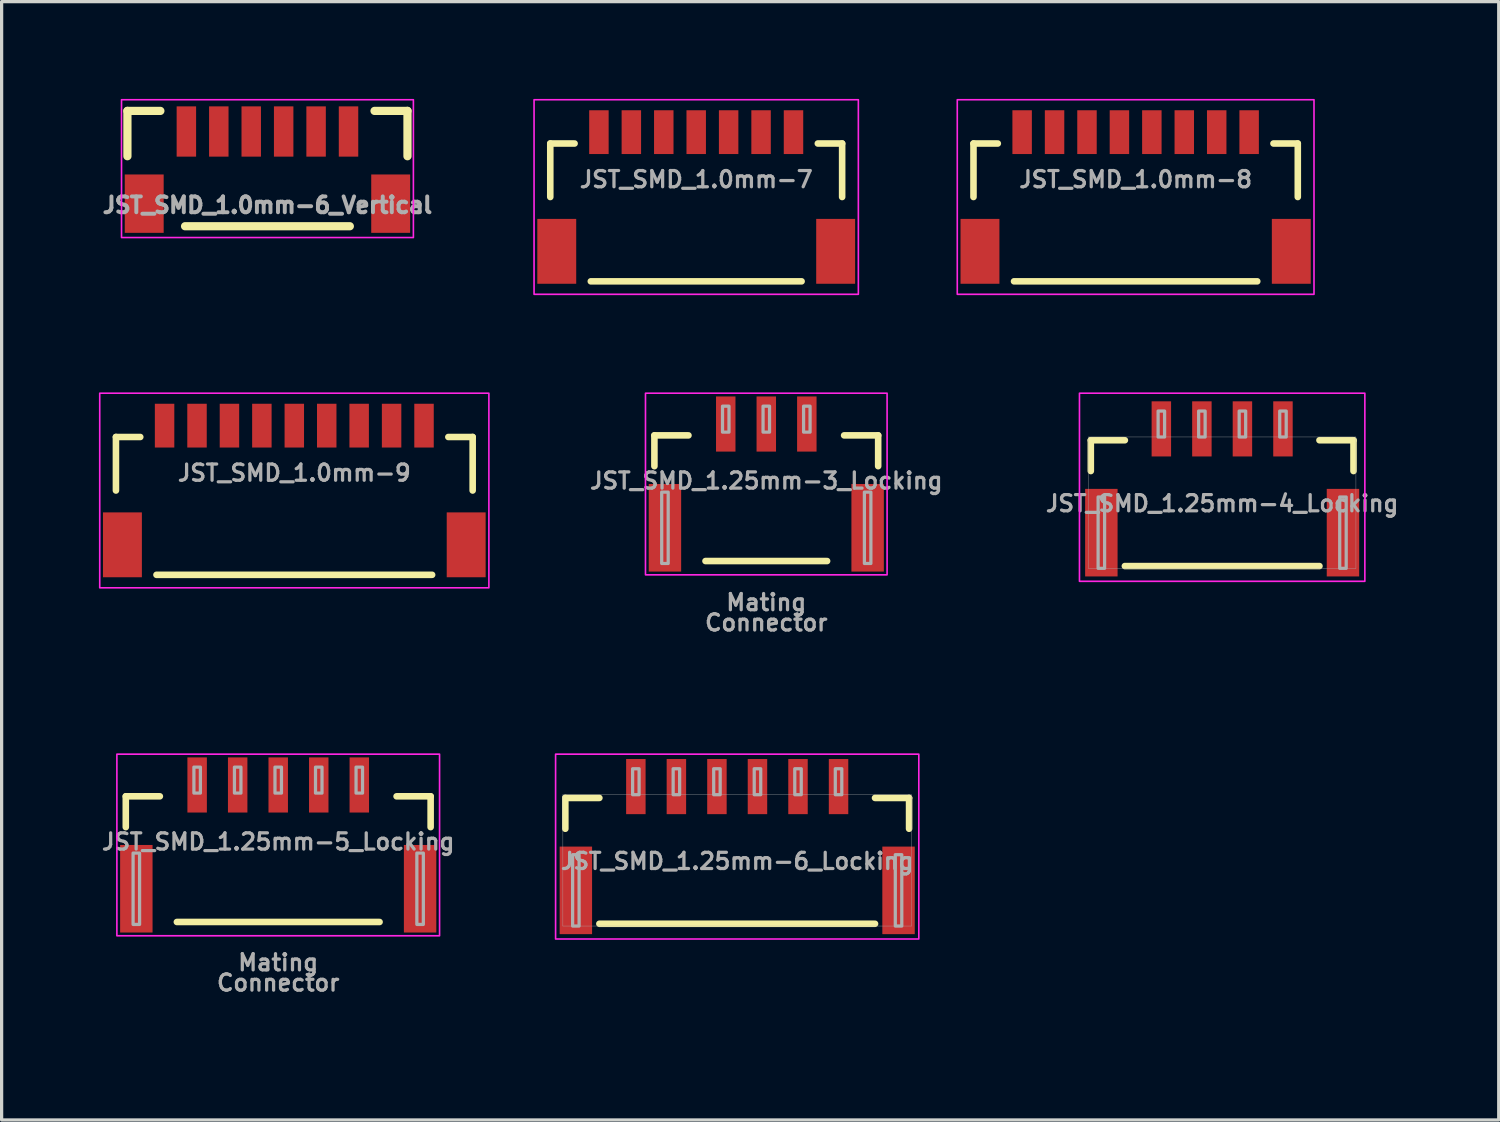
<source format=kicad_pcb>
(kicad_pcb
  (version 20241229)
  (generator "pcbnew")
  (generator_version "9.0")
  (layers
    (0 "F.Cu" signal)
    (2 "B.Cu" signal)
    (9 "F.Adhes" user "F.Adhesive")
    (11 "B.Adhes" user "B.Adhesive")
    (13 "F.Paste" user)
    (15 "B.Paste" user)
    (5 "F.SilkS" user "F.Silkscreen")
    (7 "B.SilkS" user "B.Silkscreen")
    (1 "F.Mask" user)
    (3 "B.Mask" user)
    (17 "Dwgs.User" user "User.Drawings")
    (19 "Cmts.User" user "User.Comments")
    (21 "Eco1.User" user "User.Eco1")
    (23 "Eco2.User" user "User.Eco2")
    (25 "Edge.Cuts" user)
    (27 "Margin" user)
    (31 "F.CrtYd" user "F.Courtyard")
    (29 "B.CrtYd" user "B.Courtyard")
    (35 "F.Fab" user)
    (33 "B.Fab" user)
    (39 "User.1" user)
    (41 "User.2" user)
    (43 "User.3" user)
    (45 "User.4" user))
  (footprint "JST_SMD_1.0mm-8"
    (layer "F.Cu")
    (at 31.968 1.025)
    (property "Reference" "JST_SMD_1.0mm-8" (at 0 1.75 0) (layer "F.Fab") (effects (font (size 0.5 0.5) (thickness 0.1)) (justify bottom)))
    (attr smd)
    (fp_line (start -5 0.35) (end -4.25 0.35) (stroke (width 0.203) (type solid)) (layer "F.SilkS"))
    (fp_line (start -5 2) (end -5 0.35) (stroke (width 0.203) (type solid)) (layer "F.SilkS"))
    (fp_line (start -3.75 4.6) (end 3.75 4.6) (stroke (width 0.203) (type solid)) (layer "F.SilkS"))
    (fp_line (start 4.25 0.35) (end 5 0.35) (stroke (width 0.203) (type solid)) (layer "F.SilkS"))
    (fp_line (start 5 0.35) (end 5 2) (stroke (width 0.203) (type solid)) (layer "F.SilkS"))
    (fp_rect (start 5.5 5) (end -5.5 -1) (stroke (width 0.05) (type default)) (fill no) (layer "F.CrtYd"))
    (pad "1" smd rect (at -3.5 0) (size 0.6 1.35) (layers "F.Cu" "F.Mask" "F.Paste"))
    (pad "2" smd rect (at -2.5 0) (size 0.6 1.35) (layers "F.Cu" "F.Mask" "F.Paste"))
    (pad "3" smd rect (at -1.5 0) (size 0.6 1.35) (layers "F.Cu" "F.Mask" "F.Paste"))
    (pad "4" smd rect (at -0.5 0) (size 0.6 1.35) (layers "F.Cu" "F.Mask" "F.Paste"))
    (pad "5" smd rect (at 0.5 0) (size 0.6 1.35) (layers "F.Cu" "F.Mask" "F.Paste"))
    (pad "6" smd rect (at 1.5 0) (size 0.6 1.35) (layers "F.Cu" "F.Mask" "F.Paste"))
    (pad "7" smd rect (at 2.5 0) (size 0.6 1.35) (layers "F.Cu" "F.Mask" "F.Paste"))
    (pad "8" smd rect (at 3.5 0) (size 0.6 1.35) (layers "F.Cu" "F.Mask" "F.Paste"))
    (pad "NC1" smd rect (at 4.8 3.675) (size 1.2 2) (layers "F.Cu" "F.Mask" "F.Paste"))
    (pad "NC2" smd rect (at -4.8 3.675) (size 1.2 2) (layers "F.Cu" "F.Mask" "F.Paste")))
  (footprint "JST_SMD_1.0mm-9"
    (layer "F.Cu")
    (at 6.025 10.075)
    (property "Reference" "JST_SMD_1.0mm-9" (at 0 1.75 0) (layer "F.Fab") (effects (font (size 0.5 0.5) (thickness 0.1)) (justify bottom)))
    (attr smd)
    (fp_line (start -5.5 0.35) (end -4.75 0.35) (stroke (width 0.203) (type solid)) (layer "F.SilkS"))
    (fp_line (start -5.5 2) (end -5.5 0.35) (stroke (width 0.203) (type solid)) (layer "F.SilkS"))
    (fp_line (start -4.25 4.6) (end 4.25 4.6) (stroke (width 0.203) (type solid)) (layer "F.SilkS"))
    (fp_line (start 4.75 0.35) (end 5.5 0.35) (stroke (width 0.203) (type solid)) (layer "F.SilkS"))
    (fp_line (start 5.5 0.35) (end 5.5 2) (stroke (width 0.203) (type solid)) (layer "F.SilkS"))
    (fp_rect (start 6 5) (end -6 -1) (stroke (width 0.05) (type default)) (fill no) (layer "F.CrtYd"))
    (pad "1" smd rect (at -4 0) (size 0.6 1.35) (layers "F.Cu" "F.Mask" "F.Paste"))
    (pad "2" smd rect (at -3 0) (size 0.6 1.35) (layers "F.Cu" "F.Mask" "F.Paste"))
    (pad "3" smd rect (at -2 0) (size 0.6 1.35) (layers "F.Cu" "F.Mask" "F.Paste"))
    (pad "4" smd rect (at -1 0) (size 0.6 1.35) (layers "F.Cu" "F.Mask" "F.Paste"))
    (pad "5" smd rect (at 0 0) (size 0.6 1.35) (layers "F.Cu" "F.Mask" "F.Paste"))
    (pad "6" smd rect (at 1 0) (size 0.6 1.35) (layers "F.Cu" "F.Mask" "F.Paste"))
    (pad "7" smd rect (at 2 0) (size 0.6 1.35) (layers "F.Cu" "F.Mask" "F.Paste"))
    (pad "8" smd rect (at 3 0) (size 0.6 1.35) (layers "F.Cu" "F.Mask" "F.Paste"))
    (pad "9" smd rect (at 4 0) (size 0.6 1.35) (layers "F.Cu" "F.Mask" "F.Paste"))
    (pad "NC1" smd rect (at 5.3 3.675) (size 1.2 2) (layers "F.Cu" "F.Mask" "F.Paste"))
    (pad "NC2" smd rect (at -5.3 3.675) (size 1.2 2) (layers "F.Cu" "F.Mask" "F.Paste")))
  (footprint "JST_SMD_1.25mm-6_Locking"
    (layer "F.Cu")
    (at 19.682 24.505)
    (property "Reference" "JST_SMD_1.25mm-6_Locking" (at 0 -1 0) (layer "F.Fab") (effects (font (size 0.5 0.5) (thickness 0.1))))
    (fp_line (start -5.3 -2.95) (end -4.25 -2.95) (stroke (width 0.203) (type solid)) (layer "F.SilkS"))
    (fp_line (start -5.3 -2) (end -5.3 -2.95) (stroke (width 0.203) (type solid)) (layer "F.SilkS"))
    (fp_line (start -4.25 0.93) (end 4.25 0.93) (stroke (width 0.203) (type solid)) (layer "F.SilkS"))
    (fp_line (start 4.25 -2.95) (end 5.3 -2.95) (stroke (width 0.203) (type solid)) (layer "F.SilkS"))
    (fp_line (start 5.3 -2) (end 5.3 -2.95) (stroke (width 0.203) (type solid)) (layer "F.SilkS"))
    (fp_rect (start 5.6 1.4) (end -5.6 -4.3) (stroke (width 0.05) (type default)) (fill no) (layer "F.CrtYd"))
    (fp_line (start -5.375 -3.05) (end 5.375 -3.05) (stroke (width 0.01) (type solid)) (layer "F.Fab"))
    (fp_line (start -5.375 1) (end -5.375 -3.05) (stroke (width 0.01) (type solid)) (layer "F.Fab"))
    (fp_line (start 5.375 -3.05) (end 5.375 1) (stroke (width 0.01) (type solid)) (layer "F.Fab"))
    (fp_line (start 5.375 1) (end -5.375 1) (stroke (width 0.01) (type solid)) (layer "F.Fab"))
    (fp_poly (pts (xy -5.075 1) (xy -4.875 1) (xy -4.875 -1.2) (xy -5.075 -1.2)) (stroke (width 0.1) (type default)) (fill no) (layer "F.Fab"))
    (fp_poly (pts (xy -3.225 -3.05) (xy -3.025 -3.05) (xy -3.025 -3.85) (xy -3.225 -3.85)) (stroke (width 0.1) (type default)) (fill no) (layer "F.Fab"))
    (fp_poly (pts (xy -1.975 -3.05) (xy -1.775 -3.05) (xy -1.775 -3.85) (xy -1.975 -3.85)) (stroke (width 0.1) (type default)) (fill no) (layer "F.Fab"))
    (fp_poly (pts (xy -0.725 -3.05) (xy -0.525 -3.05) (xy -0.525 -3.85) (xy -0.725 -3.85)) (stroke (width 0.1) (type default)) (fill no) (layer "F.Fab"))
    (fp_poly (pts (xy 0.525 -3.05) (xy 0.725 -3.05) (xy 0.725 -3.85) (xy 0.525 -3.85)) (stroke (width 0.1) (type default)) (fill no) (layer "F.Fab"))
    (fp_poly (pts (xy 1.775 -3.05) (xy 1.975 -3.05) (xy 1.975 -3.85) (xy 1.775 -3.85)) (stroke (width 0.1) (type default)) (fill no) (layer "F.Fab"))
    (fp_poly (pts (xy 3.025 -3.05) (xy 3.225 -3.05) (xy 3.225 -3.85) (xy 3.025 -3.85)) (stroke (width 0.1) (type default)) (fill no) (layer "F.Fab"))
    (fp_poly (pts (xy 4.875 1) (xy 5.075 1) (xy 5.075 -1.2) (xy 4.875 -1.2)) (stroke (width 0.1) (type default)) (fill no) (layer "F.Fab"))
    (fp_line (start -4.25 -1.95) (end -4.25 3.93) (stroke (width 0.1) (type default)) (layer "User.1"))
    (fp_line (start -4.25 -1.95) (end 4.25 -1.95) (stroke (width 0.1) (type default)) (layer "User.1"))
    (fp_line (start -4.25 3.93) (end 4.25 3.93) (stroke (width 0.1) (type default)) (layer "User.1"))
    (fp_line (start 4.25 3.93) (end 4.25 -1.95) (stroke (width 0.1) (type default)) (layer "User.1"))
    (fp_text user "Mating" (at 0 2.032 0) (unlocked yes) (layer "User.1") (effects (font (size 0.5 0.5) (thickness 0.1) (bold yes))))
    (fp_text user "Connector" (at 0 3.048 0) (unlocked yes) (layer "User.1") (effects (font (size 0.5 0.5) (thickness 0.1) (bold yes))))
    (pad "1" smd rect (at -3.125 -3.3 180) (size 0.6 1.7) (layers "F.Cu" "F.Mask" "F.Paste"))
    (pad "2" smd rect (at -1.875 -3.3 180) (size 0.6 1.7) (layers "F.Cu" "F.Mask" "F.Paste"))
    (pad "3" smd rect (at -0.625 -3.3 180) (size 0.6 1.7) (layers "F.Cu" "F.Mask" "F.Paste"))
    (pad "4" smd rect (at 0.625 -3.3 180) (size 0.6 1.7) (layers "F.Cu" "F.Mask" "F.Paste"))
    (pad "5" smd rect (at 1.875 -3.3 180) (size 0.6 1.7) (layers "F.Cu" "F.Mask" "F.Paste"))
    (pad "6" smd rect (at 3.125 -3.3 180) (size 0.6 1.7) (layers "F.Cu" "F.Mask" "F.Paste"))
    (pad "NC1" smd rect (at 4.975 -0.1 270) (size 2.7 1) (layers "F.Cu" "F.Mask" "F.Paste"))
    (pad "NC2" smd rect (at -4.975 -0.1 270) (size 2.7 1) (layers "F.Cu" "F.Mask" "F.Paste")))
  (footprint "JST_SMD_1.0mm-7"
    (layer "F.Cu")
    (at 18.418 1.025)
    (property "Reference" "JST_SMD_1.0mm-7" (at 0 1.75 0) (layer "F.Fab") (effects (font (size 0.5 0.5) (thickness 0.1)) (justify bottom)))
    (attr smd)
    (fp_line (start -4.5 0.35) (end -3.75 0.35) (stroke (width 0.203) (type solid)) (layer "F.SilkS"))
    (fp_line (start -4.5 2) (end -4.5 0.35) (stroke (width 0.203) (type solid)) (layer "F.SilkS"))
    (fp_line (start -3.25 4.6) (end 3.25 4.6) (stroke (width 0.203) (type solid)) (layer "F.SilkS"))
    (fp_line (start 3.75 0.35) (end 4.5 0.35) (stroke (width 0.203) (type solid)) (layer "F.SilkS"))
    (fp_line (start 4.5 0.35) (end 4.5 2) (stroke (width 0.203) (type solid)) (layer "F.SilkS"))
    (fp_rect (start 5 5) (end -5 -1) (stroke (width 0.05) (type default)) (fill no) (layer "F.CrtYd"))
    (pad "1" smd rect (at -3 0) (size 0.6 1.35) (layers "F.Cu" "F.Mask" "F.Paste"))
    (pad "2" smd rect (at -2 0) (size 0.6 1.35) (layers "F.Cu" "F.Mask" "F.Paste"))
    (pad "3" smd rect (at -1 0) (size 0.6 1.35) (layers "F.Cu" "F.Mask" "F.Paste"))
    (pad "4" smd rect (at 0 0) (size 0.6 1.35) (layers "F.Cu" "F.Mask" "F.Paste"))
    (pad "5" smd rect (at 1 0) (size 0.6 1.35) (layers "F.Cu" "F.Mask" "F.Paste"))
    (pad "6" smd rect (at 2 0) (size 0.6 1.35) (layers "F.Cu" "F.Mask" "F.Paste"))
    (pad "7" smd rect (at 3 0) (size 0.6 1.35) (layers "F.Cu" "F.Mask" "F.Paste"))
    (pad "NC1" smd rect (at 4.3 3.675) (size 1.2 2) (layers "F.Cu" "F.Mask" "F.Paste"))
    (pad "NC2" smd rect (at -4.3 3.675) (size 1.2 2) (layers "F.Cu" "F.Mask" "F.Paste")))
  (footprint "JST_SMD_1.25mm-4_Locking"
    (layer "F.Cu")
    (at 34.636 13.475)
    (property "Reference" "JST_SMD_1.25mm-4_Locking" (at 0 -1 0) (layer "F.Fab") (effects (font (size 0.5 0.5) (thickness 0.1))))
    (fp_line (start -4.05 -2.95) (end -3 -2.95) (stroke (width 0.203) (type solid)) (layer "F.SilkS"))
    (fp_line (start -4.05 -2) (end -4.05 -2.95) (stroke (width 0.203) (type solid)) (layer "F.SilkS"))
    (fp_line (start -3 0.93) (end 3 0.93) (stroke (width 0.203) (type solid)) (layer "F.SilkS"))
    (fp_line (start 3 -2.95) (end 4.05 -2.95) (stroke (width 0.203) (type solid)) (layer "F.SilkS"))
    (fp_line (start 4.05 -2) (end 4.05 -2.95) (stroke (width 0.203) (type solid)) (layer "F.SilkS"))
    (fp_rect (start 4.4 1.4) (end -4.4 -4.4) (stroke (width 0.05) (type default)) (fill no) (layer "F.CrtYd"))
    (fp_line (start -4.125 -3.05) (end 4.125 -3.05) (stroke (width 0.01) (type solid)) (layer "F.Fab"))
    (fp_line (start -4.125 1) (end -4.125 -3.05) (stroke (width 0.01) (type solid)) (layer "F.Fab"))
    (fp_line (start 4.125 -3.05) (end 4.125 1) (stroke (width 0.01) (type solid)) (layer "F.Fab"))
    (fp_line (start 4.125 1) (end -4.125 1) (stroke (width 0.01) (type solid)) (layer "F.Fab"))
    (fp_poly (pts (xy -3.825 1) (xy -3.625 1) (xy -3.625 -1.2) (xy -3.825 -1.2)) (stroke (width 0.1) (type default)) (fill no) (layer "F.Fab"))
    (fp_poly (pts (xy -1.975 -3.05) (xy -1.775 -3.05) (xy -1.775 -3.85) (xy -1.975 -3.85)) (stroke (width 0.1) (type default)) (fill no) (layer "F.Fab"))
    (fp_poly (pts (xy -0.725 -3.05) (xy -0.525 -3.05) (xy -0.525 -3.85) (xy -0.725 -3.85)) (stroke (width 0.1) (type default)) (fill no) (layer "F.Fab"))
    (fp_poly (pts (xy 0.525 -3.05) (xy 0.725 -3.05) (xy 0.725 -3.85) (xy 0.525 -3.85)) (stroke (width 0.1) (type default)) (fill no) (layer "F.Fab"))
    (fp_poly (pts (xy 1.775 -3.05) (xy 1.975 -3.05) (xy 1.975 -3.85) (xy 1.775 -3.85)) (stroke (width 0.1) (type default)) (fill no) (layer "F.Fab"))
    (fp_poly (pts (xy 3.625 1) (xy 3.825 1) (xy 3.825 -1.2) (xy 3.625 -1.2)) (stroke (width 0.1) (type default)) (fill no) (layer "F.Fab"))
    (pad "1" smd rect (at -1.875 -3.3 180) (size 0.6 1.7) (layers "F.Cu" "F.Mask" "F.Paste"))
    (pad "2" smd rect (at -0.625 -3.3 180) (size 0.6 1.7) (layers "F.Cu" "F.Mask" "F.Paste"))
    (pad "3" smd rect (at 0.625 -3.3 180) (size 0.6 1.7) (layers "F.Cu" "F.Mask" "F.Paste"))
    (pad "4" smd rect (at 1.875 -3.3 180) (size 0.6 1.7) (layers "F.Cu" "F.Mask" "F.Paste"))
    (pad "NC1" smd rect (at 3.725 -0.1 270) (size 2.7 1) (layers "F.Cu" "F.Mask" "F.Paste"))
    (pad "NC2" smd rect (at -3.725 -0.1 270) (size 2.7 1) (layers "F.Cu" "F.Mask" "F.Paste")))
  (footprint "JST_SMD_1.25mm-3_Locking"
    (layer "F.Cu")
    (at 20.579 11.775)
    (property "Reference" "JST_SMD_1.25mm-3_Locking" (at 0 0 0) (layer "F.Fab") (effects (font (size 0.5 0.5) (thickness 0.1))))
    (attr smd)
    (fp_line (start -3.45 -1.4) (end -2.4 -1.4) (stroke (width 0.203) (type solid)) (layer "F.SilkS"))
    (fp_line (start -3.45 -0.45) (end -3.45 -1.4) (stroke (width 0.203) (type solid)) (layer "F.SilkS"))
    (fp_line (start -1.875 2.475) (end 1.875 2.475) (stroke (width 0.203) (type solid)) (layer "F.SilkS"))
    (fp_line (start 2.4 -1.4) (end 3.45 -1.4) (stroke (width 0.203) (type solid)) (layer "F.SilkS"))
    (fp_line (start 3.45 -0.45) (end 3.45 -1.4) (stroke (width 0.203) (type solid)) (layer "F.SilkS"))
    (fp_rect (start 3.725 2.9) (end -3.725 -2.7) (stroke (width 0.05) (type default)) (fill no) (layer "F.CrtYd"))
    (fp_poly (pts (xy -3.225 2.55) (xy -3.025 2.55) (xy -3.025 0.35) (xy -3.225 0.35)) (stroke (width 0.1) (type default)) (fill no) (layer "F.Fab"))
    (fp_poly (pts (xy -1.35 -1.5) (xy -1.15 -1.5) (xy -1.15 -2.3) (xy -1.35 -2.3)) (stroke (width 0.1) (type default)) (fill no) (layer "F.Fab"))
    (fp_poly (pts (xy -0.1 -1.5) (xy 0.1 -1.5) (xy 0.1 -2.3) (xy -0.1 -2.3)) (stroke (width 0.1) (type default)) (fill no) (layer "F.Fab"))
    (fp_poly (pts (xy 1.15 -1.5) (xy 1.35 -1.5) (xy 1.35 -2.3) (xy 1.15 -2.3)) (stroke (width 0.1) (type default)) (fill no) (layer "F.Fab"))
    (fp_poly (pts (xy 3.025 2.55) (xy 3.225 2.55) (xy 3.225 0.35) (xy 3.025 0.35)) (stroke (width 0.1) (type default)) (fill no) (layer "F.Fab"))
    (fp_rect (start -3.5 -1.5) (end 3.5 2.55) (stroke (width 0.01) (type default)) (fill no) (layer "User.1"))
    (fp_rect (start -2.5 -0.3) (end 2.5 5.4) (stroke (width 0.01) (type default)) (fill no) (layer "User.1"))
    (fp_text user "Mating" (at 0 3.75 0) (unlocked yes) (layer "F.Fab") (effects (font (size 0.5 0.5) (thickness 0.1) (bold yes))))
    (fp_text user "Connector" (at 0 4.375 0) (unlocked yes) (layer "F.Fab") (effects (font (size 0.5 0.5) (thickness 0.1) (bold yes))))
    (pad "1" smd rect (at -1.25 -1.75) (size 0.6 1.7) (layers "F.Cu" "F.Mask" "F.Paste"))
    (pad "2" smd rect (at 0 -1.75) (size 0.6 1.7) (layers "F.Cu" "F.Mask" "F.Paste"))
    (pad "3" smd rect (at 1.25 -1.75) (size 0.6 1.7) (layers "F.Cu" "F.Mask" "F.Paste"))
    (pad "NC1" smd rect (at -3.125 1.45) (size 1 2.7) (layers "F.Cu" "F.Mask" "F.Paste"))
    (pad "NC2" smd rect (at 3.125 1.45) (size 1 2.7) (layers "F.Cu" "F.Mask" "F.Paste")))
  (footprint "JST_SMD_1.0mm-6_Vertical"
    (layer "F.Cu")
    (at 5.197 2.275)
    (property "Reference" "JST_SMD_1.0mm-6_Vertical" (at 0 1 0) (layer "F.Fab") (effects (font (size 0.488 0.488) (thickness 0.122))))
    (fp_line (start -4.318 -1.905) (end -3.302 -1.905) (stroke (width 0.254) (type solid)) (layer "F.SilkS"))
    (fp_line (start -4.318 -0.508) (end -4.318 -1.905) (stroke (width 0.254) (type solid)) (layer "F.SilkS"))
    (fp_line (start -2.54 1.651) (end 2.54 1.651) (stroke (width 0.254) (type solid)) (layer "F.SilkS"))
    (fp_line (start 3.302 -1.905) (end 4.318 -1.905) (stroke (width 0.254) (type solid)) (layer "F.SilkS"))
    (fp_line (start 4.318 -1.905) (end 4.318 -0.508) (stroke (width 0.254) (type solid)) (layer "F.SilkS"))
    (fp_rect (start 4.5 2) (end -4.5 -2.25) (stroke (width 0.05) (type default)) (fill no) (layer "F.CrtYd"))
    (pad "1" smd rect (at -2.5 -1.27) (size 0.6 1.55) (layers "F.Cu" "F.Mask" "F.Paste"))
    (pad "2" smd rect (at -1.5 -1.27) (size 0.6 1.55) (layers "F.Cu" "F.Mask" "F.Paste"))
    (pad "3" smd rect (at -0.5 -1.27) (size 0.6 1.55) (layers "F.Cu" "F.Mask" "F.Paste"))
    (pad "4" smd rect (at 0.5 -1.27) (size 0.6 1.55) (layers "F.Cu" "F.Mask" "F.Paste"))
    (pad "5" smd rect (at 1.5 -1.27) (size 0.6 1.55) (layers "F.Cu" "F.Mask" "F.Paste"))
    (pad "6" smd rect (at 2.5 -1.27) (size 0.6 1.55) (layers "F.Cu" "F.Mask" "F.Paste"))
    (pad "NC1" smd rect (at -3.8 0.955) (size 1.2 1.8) (layers "F.Cu" "F.Mask" "F.Paste"))
    (pad "NC2" smd rect (at 3.8 0.955) (size 1.2 1.8) (layers "F.Cu" "F.Mask" "F.Paste")))
  (footprint "JST_SMD_1.25mm-5_Locking"
    (layer "F.Cu")
    (at 5.529 22.905)
    (property "Reference" "JST_SMD_1.25mm-5_Locking" (at 0 0 0) (layer "F.Fab") (effects (font (size 0.5 0.5) (thickness 0.1))))
    (attr smd)
    (fp_line (start -4.7 -1.4) (end -3.65 -1.4) (stroke (width 0.203) (type solid)) (layer "F.SilkS"))
    (fp_line (start -4.7 -0.45) (end -4.7 -1.4) (stroke (width 0.203) (type solid)) (layer "F.SilkS"))
    (fp_line (start -3.125 2.475) (end 3.125 2.475) (stroke (width 0.203) (type solid)) (layer "F.SilkS"))
    (fp_line (start 3.65 -1.4) (end 4.7 -1.4) (stroke (width 0.203) (type solid)) (layer "F.SilkS"))
    (fp_line (start 4.7 -0.45) (end 4.7 -1.4) (stroke (width 0.203) (type solid)) (layer "F.SilkS"))
    (fp_rect (start 4.975 2.9) (end -4.975 -2.7) (stroke (width 0.05) (type default)) (fill no) (layer "F.CrtYd"))
    (fp_poly (pts (xy -4.475 2.55) (xy -4.275 2.55) (xy -4.275 0.35) (xy -4.475 0.35)) (stroke (width 0.1) (type default)) (fill no) (layer "F.Fab"))
    (fp_poly (pts (xy -2.6 -1.5) (xy -2.4 -1.5) (xy -2.4 -2.3) (xy -2.6 -2.3)) (stroke (width 0.1) (type default)) (fill no) (layer "F.Fab"))
    (fp_poly (pts (xy -1.35 -1.5) (xy -1.15 -1.5) (xy -1.15 -2.3) (xy -1.35 -2.3)) (stroke (width 0.1) (type default)) (fill no) (layer "F.Fab"))
    (fp_poly (pts (xy -0.1 -1.5) (xy 0.1 -1.5) (xy 0.1 -2.3) (xy -0.1 -2.3)) (stroke (width 0.1) (type default)) (fill no) (layer "F.Fab"))
    (fp_poly (pts (xy 1.15 -1.5) (xy 1.35 -1.5) (xy 1.35 -2.3) (xy 1.15 -2.3)) (stroke (width 0.1) (type default)) (fill no) (layer "F.Fab"))
    (fp_poly (pts (xy 2.4 -1.5) (xy 2.6 -1.5) (xy 2.6 -2.3) (xy 2.4 -2.3)) (stroke (width 0.1) (type default)) (fill no) (layer "F.Fab"))
    (fp_poly (pts (xy 4.275 2.55) (xy 4.475 2.55) (xy 4.475 0.35) (xy 4.275 0.35)) (stroke (width 0.1) (type default)) (fill no) (layer "F.Fab"))
    (fp_rect (start -4.75 -1.5) (end 4.75 2.55) (stroke (width 0.01) (type default)) (fill no) (layer "User.1"))
    (fp_rect (start -3.75 -0.3) (end 3.75 5.4) (stroke (width 0.01) (type default)) (fill no) (layer "User.1"))
    (fp_text user "Connector" (at 0 4.35 0) (unlocked yes) (layer "F.Fab") (effects (font (size 0.5 0.5) (thickness 0.1) (bold yes))))
    (fp_text user "Mating" (at 0 3.725 0) (unlocked yes) (layer "F.Fab") (effects (font (size 0.5 0.5) (thickness 0.1) (bold yes))))
    (pad "1" smd rect (at -2.5 -1.75) (size 0.6 1.7) (layers "F.Cu" "F.Mask" "F.Paste"))
    (pad "2" smd rect (at -1.25 -1.75) (size 0.6 1.7) (layers "F.Cu" "F.Mask" "F.Paste"))
    (pad "3" smd rect (at 0 -1.75) (size 0.6 1.7) (layers "F.Cu" "F.Mask" "F.Paste"))
    (pad "4" smd rect (at 1.25 -1.75) (size 0.6 1.7) (layers "F.Cu" "F.Mask" "F.Paste"))
    (pad "5" smd rect (at 2.5 -1.75) (size 0.6 1.7) (layers "F.Cu" "F.Mask" "F.Paste"))
    (pad "NC1" smd rect (at -4.375 1.45) (size 1 2.7) (layers "F.Cu" "F.Mask" "F.Paste"))
    (pad "NC2" smd rect (at 4.375 1.45) (size 1 2.7) (layers "F.Cu" "F.Mask" "F.Paste")))
  (gr_rect
    (start -3 -3)
    (end 43.164 31.485)
    (stroke (width 0.1) (type default))
    (fill no)
    (layer "Edge.Cuts")))
</source>
